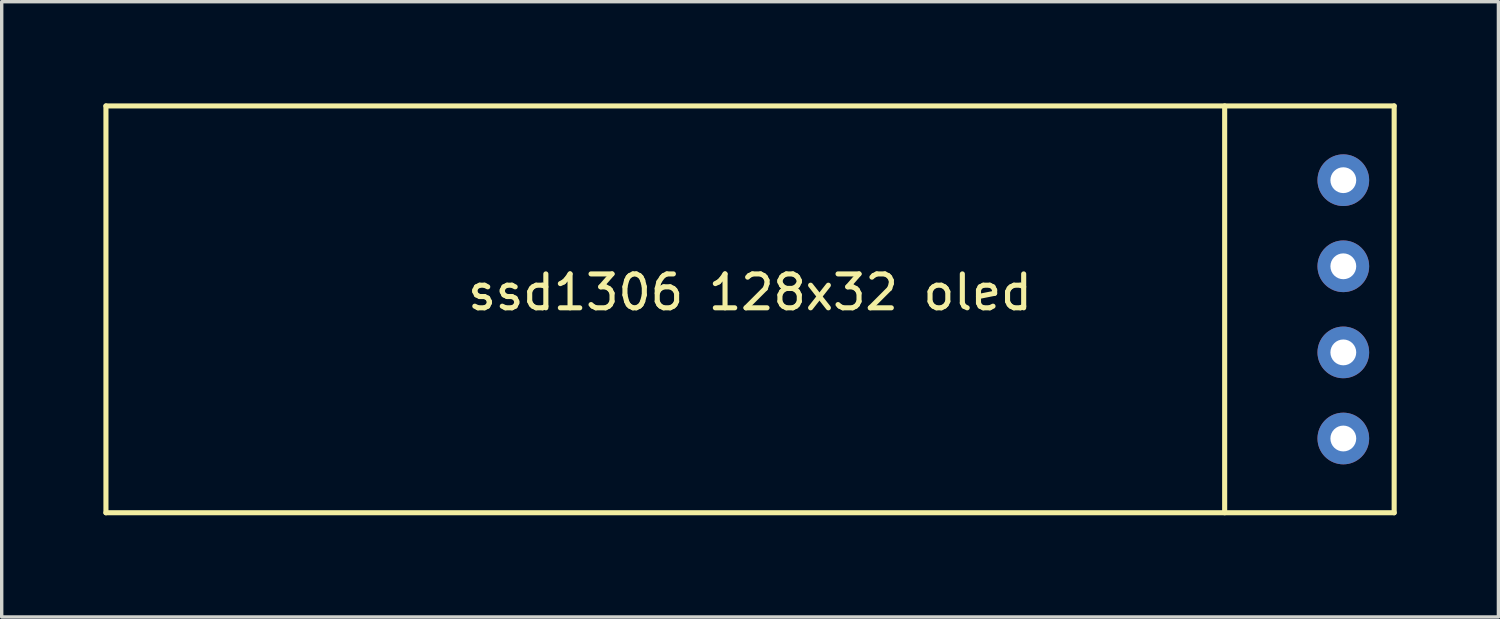
<source format=kicad_pcb>
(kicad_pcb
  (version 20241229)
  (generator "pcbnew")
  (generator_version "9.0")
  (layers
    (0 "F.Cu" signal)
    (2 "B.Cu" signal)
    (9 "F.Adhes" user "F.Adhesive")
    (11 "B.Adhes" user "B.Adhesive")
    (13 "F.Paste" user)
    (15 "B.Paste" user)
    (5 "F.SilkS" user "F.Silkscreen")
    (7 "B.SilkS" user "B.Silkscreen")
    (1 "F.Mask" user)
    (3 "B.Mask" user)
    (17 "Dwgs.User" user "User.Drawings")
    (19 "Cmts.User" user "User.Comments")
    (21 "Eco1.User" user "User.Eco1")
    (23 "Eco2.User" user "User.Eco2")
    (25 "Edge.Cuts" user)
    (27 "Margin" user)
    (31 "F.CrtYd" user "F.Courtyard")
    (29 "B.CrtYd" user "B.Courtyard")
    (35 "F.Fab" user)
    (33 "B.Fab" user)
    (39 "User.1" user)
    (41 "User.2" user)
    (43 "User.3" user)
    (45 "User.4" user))
  (footprint "ssd1306 128x32 oled"
    (layer "F.Cu")
    (at 13.995 3.535)
    (property "Reference" "ssd1306 128x32 oled" (at 5.08 2.04 180) (layer "F.SilkS") (effects (font (size 1 1) (thickness 0.15))))
    (attr through_hole)
    (fp_line (start -13.92 -3.46) (end -13.92 8.54) (stroke (width 0.15) (type solid)) (layer "F.SilkS"))
    (fp_line (start 19.08 -3.46) (end 19.08 8.54) (stroke (width 0.15) (type solid)) (layer "F.SilkS"))
    (fp_line (start 24.08 -3.46) (end -13.92 -3.46) (stroke (width 0.15) (type solid)) (layer "F.SilkS"))
    (fp_line (start 24.08 -3.46) (end 24.08 8.54) (stroke (width 0.15) (type solid)) (layer "F.SilkS"))
    (fp_line (start 24.08 8.54) (end -13.92 8.54) (stroke (width 0.15) (type solid)) (layer "F.SilkS"))
    (pad "1" thru_hole circle (at 22.58 -1.27 180) (size 1.524 1.524) (drill 0.762) (layers "*.Cu" "*.Mask"))
    (pad "2" thru_hole circle (at 22.58 1.27 180) (size 1.524 1.524) (drill 0.762) (layers "*.Cu" "*.Mask"))
    (pad "3" thru_hole circle (at 22.58 3.81 180) (size 1.524 1.524) (drill 0.762) (layers "*.Cu" "*.Mask"))
    (pad "4" thru_hole circle (at 22.58 6.35 180) (size 1.524 1.524) (drill 0.762) (layers "*.Cu" "*.Mask")))
  (gr_rect
    (start -3 -3)
    (end 41.15 15.15)
    (stroke (width 0.1) (type default))
    (fill no)
    (layer "Edge.Cuts")))
</source>
